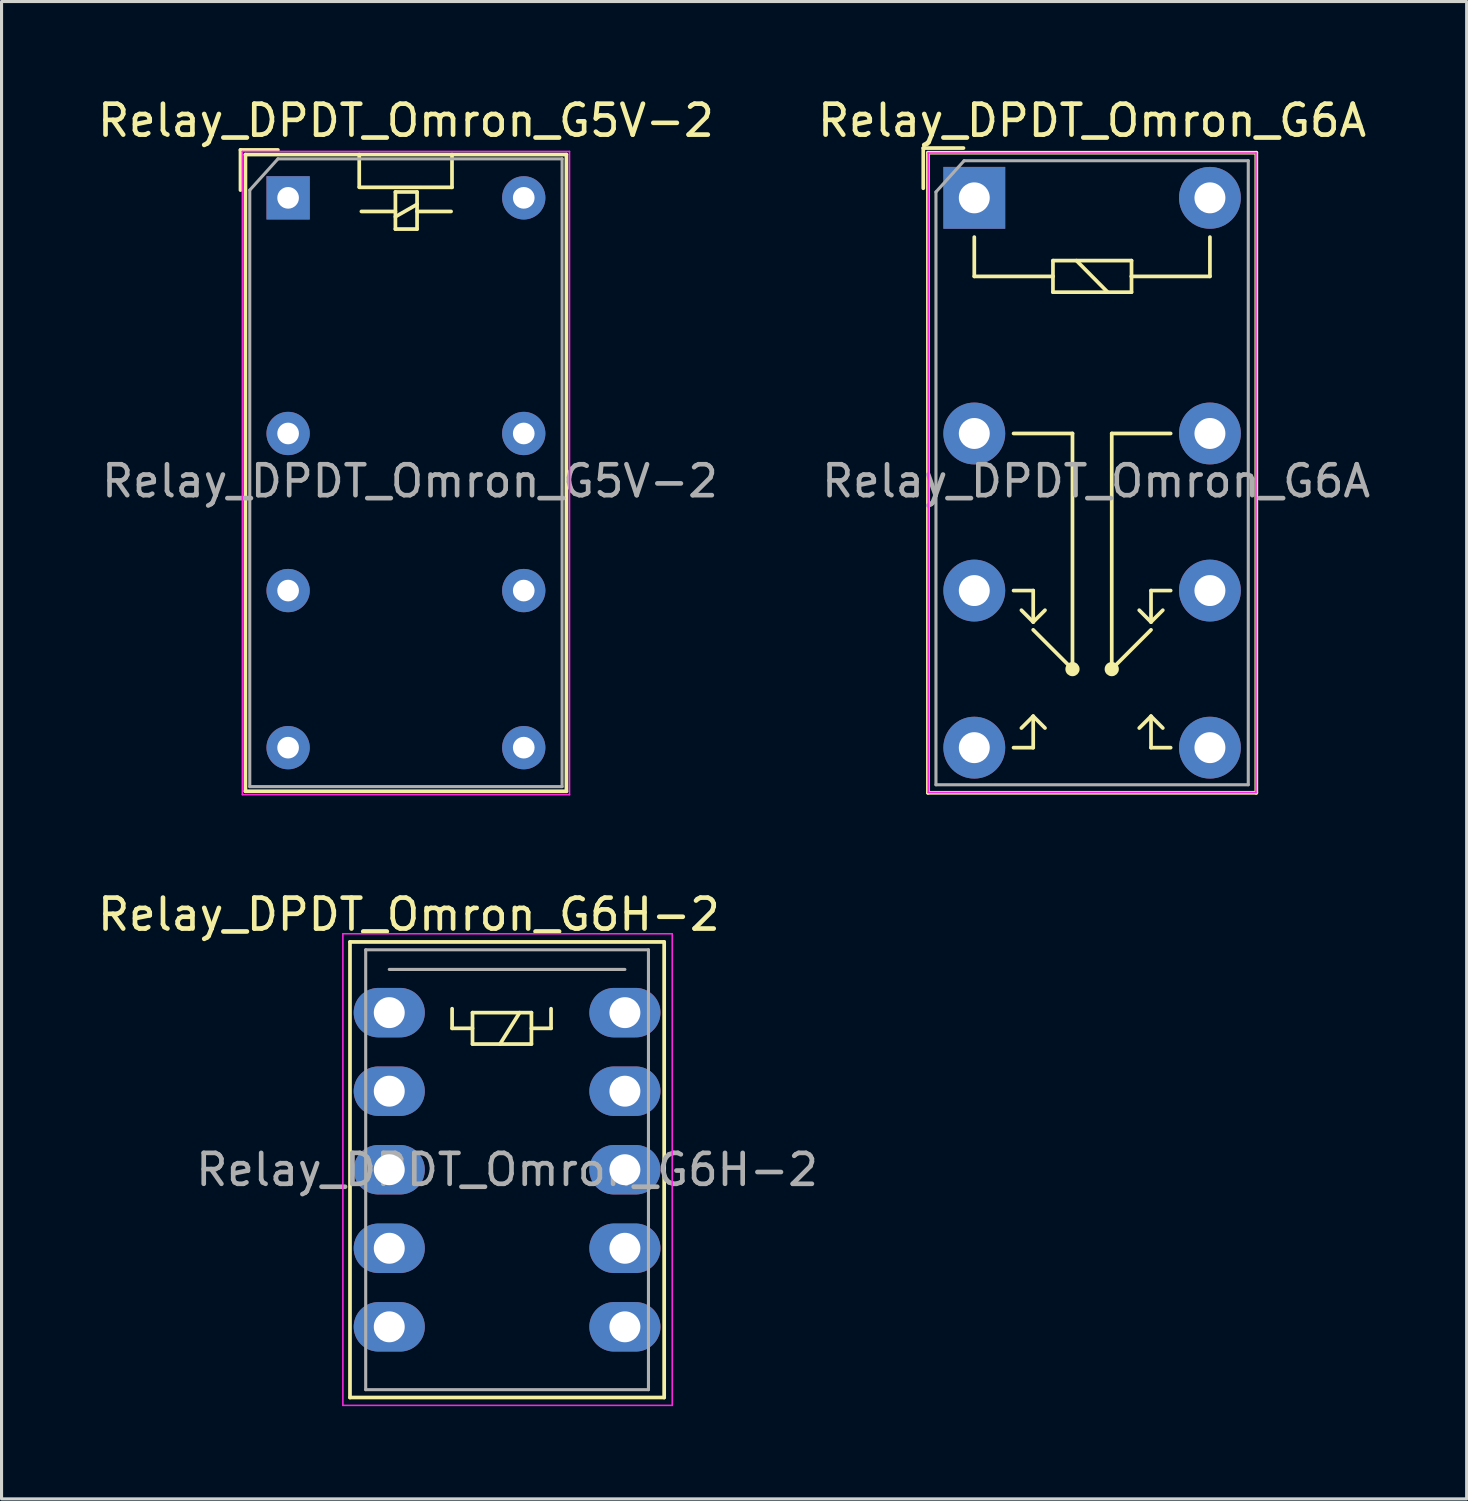
<source format=kicad_pcb>
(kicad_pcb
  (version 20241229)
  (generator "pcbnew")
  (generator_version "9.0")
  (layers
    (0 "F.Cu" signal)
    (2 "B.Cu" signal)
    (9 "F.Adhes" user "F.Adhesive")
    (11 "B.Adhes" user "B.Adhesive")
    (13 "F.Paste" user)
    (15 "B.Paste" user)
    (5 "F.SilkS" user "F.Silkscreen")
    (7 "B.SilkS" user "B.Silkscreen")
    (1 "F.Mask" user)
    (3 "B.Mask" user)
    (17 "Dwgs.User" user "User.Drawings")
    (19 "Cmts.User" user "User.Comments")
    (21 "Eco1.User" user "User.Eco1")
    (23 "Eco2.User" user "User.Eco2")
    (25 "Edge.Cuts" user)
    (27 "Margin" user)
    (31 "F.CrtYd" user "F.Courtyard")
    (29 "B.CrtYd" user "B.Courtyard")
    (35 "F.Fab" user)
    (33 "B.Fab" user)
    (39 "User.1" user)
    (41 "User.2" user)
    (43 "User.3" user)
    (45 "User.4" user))
  (footprint "Relay_DPDT_Omron_G5V-2"
    (layer "F.Cu")
    (at 6.267 3.348)
    (property "Reference" "Relay_DPDT_Omron_G5V-2" (at 3.81 -2.5 0) (layer "F.SilkS") (effects (font (size 1 1) (thickness 0.15))))
    (attr through_hole)
    (fp_line (start -1.54 -1.55) (end -0.33 -1.55) (stroke (width 0.12) (type solid)) (layer "F.SilkS"))
    (fp_line (start -1.54 -0.25) (end -1.54 -1.55) (stroke (width 0.12) (type solid)) (layer "F.SilkS"))
    (fp_line (start -1.38 -1.4) (end -1.38 19.19) (stroke (width 0.12) (type solid)) (layer "F.SilkS"))
    (fp_line (start -1.38 19.19) (end 9 19.19) (stroke (width 0.12) (type solid)) (layer "F.SilkS"))
    (fp_line (start 2.3 -1.4) (end 2.3 -0.36) (stroke (width 0.12) (type solid)) (layer "F.SilkS"))
    (fp_line (start 2.3 -0.34) (end 5.3 -0.34) (stroke (width 0.12) (type solid)) (layer "F.SilkS"))
    (fp_line (start 3.47 -0.19) (end 3.47 1.01) (stroke (width 0.12) (type solid)) (layer "F.SilkS"))
    (fp_line (start 3.47 0.44) (end 2.37 0.44) (stroke (width 0.12) (type solid)) (layer "F.SilkS"))
    (fp_line (start 3.47 0.61) (end 4.17 0.21) (stroke (width 0.12) (type solid)) (layer "F.SilkS"))
    (fp_line (start 3.47 1.01) (end 4.17 1.01) (stroke (width 0.12) (type solid)) (layer "F.SilkS"))
    (fp_line (start 4.17 -0.19) (end 3.47 -0.19) (stroke (width 0.12) (type solid)) (layer "F.SilkS"))
    (fp_line (start 4.17 0.44) (end 5.27 0.44) (stroke (width 0.12) (type solid)) (layer "F.SilkS"))
    (fp_line (start 4.17 1.01) (end 4.17 -0.19) (stroke (width 0.12) (type solid)) (layer "F.SilkS"))
    (fp_line (start 5.3 -0.34) (end 5.3 -1.4) (stroke (width 0.12) (type solid)) (layer "F.SilkS"))
    (fp_line (start 9 -1.4) (end -1.38 -1.4) (stroke (width 0.12) (type solid)) (layer "F.SilkS"))
    (fp_line (start 9 19.19) (end 9 -1.4) (stroke (width 0.12) (type solid)) (layer "F.SilkS"))
    (fp_line (start -1.48 -1.5) (end -1.48 19.3) (stroke (width 0.05) (type solid)) (layer "F.CrtYd"))
    (fp_line (start -1.48 -1.5) (end 9.1 -1.5) (stroke (width 0.05) (type solid)) (layer "F.CrtYd"))
    (fp_line (start 9.1 -1.5) (end 9.1 19.3) (stroke (width 0.05) (type solid)) (layer "F.CrtYd"))
    (fp_line (start 9.1 19.3) (end -1.48 19.3) (stroke (width 0.05) (type solid)) (layer "F.CrtYd"))
    (fp_line (start -1.24 -0.25) (end -1.24 19.04) (stroke (width 0.1) (type solid)) (layer "F.Fab"))
    (fp_line (start -1.24 -0.25) (end -0.33 -1.26) (stroke (width 0.1) (type solid)) (layer "F.Fab"))
    (fp_line (start -1.24 19.04) (end 8.86 19.04) (stroke (width 0.1) (type solid)) (layer "F.Fab"))
    (fp_line (start 8.86 -1.26) (end -0.33 -1.26) (stroke (width 0.1) (type solid)) (layer "F.Fab"))
    (fp_line (start 8.86 19.04) (end 8.86 -1.26) (stroke (width 0.1) (type solid)) (layer "F.Fab"))
    (fp_text user "${REFERENCE}" (at 3.94 9.16 0) (layer "F.Fab") (effects (font (size 1 1) (thickness 0.15))))
    (pad "1" thru_hole rect (at 0 0) (size 1.4 1.4) (drill 0.7) (layers "*.Cu" "*.Mask"))
    (pad "4" thru_hole circle (at 0 7.62) (size 1.4 1.4) (drill 0.7) (layers "*.Cu" "*.Mask"))
    (pad "6" thru_hole circle (at 0 12.7) (size 1.4 1.4) (drill 0.7) (layers "*.Cu" "*.Mask"))
    (pad "8" thru_hole circle (at 0 17.78) (size 1.4 1.4) (drill 0.7) (layers "*.Cu" "*.Mask"))
    (pad "9" thru_hole circle (at 7.62 17.78) (size 1.4 1.4) (drill 0.7) (layers "*.Cu" "*.Mask"))
    (pad "11" thru_hole circle (at 7.62 12.7) (size 1.4 1.4) (drill 0.7) (layers "*.Cu" "*.Mask"))
    (pad "13" thru_hole circle (at 7.62 7.62) (size 1.4 1.4) (drill 0.7) (layers "*.Cu" "*.Mask"))
    (pad "16" thru_hole circle (at 7.62 0) (size 1.4 1.4) (drill 0.7) (layers "*.Cu" "*.Mask")))
  (footprint "Relay_DPDT_Omron_G6A"
    (layer "F.Cu")
    (at 28.457 3.348)
    (property "Reference" "Relay_DPDT_Omron_G6A" (at 3.81 -2.5 0) (layer "F.SilkS") (effects (font (size 1 1) (thickness 0.15))))
    (attr through_hole)
    (fp_line (start -1.65 -1.61) (end -0.35 -1.61) (stroke (width 0.12) (type solid)) (layer "F.SilkS"))
    (fp_line (start -1.65 -0.31) (end -1.65 -1.61) (stroke (width 0.12) (type solid)) (layer "F.SilkS"))
    (fp_line (start -1.5 -1.46) (end -1.5 19.24) (stroke (width 0.12) (type solid)) (layer "F.SilkS"))
    (fp_line (start -1.5 19.24) (end 9.12 19.24) (stroke (width 0.12) (type solid)) (layer "F.SilkS"))
    (fp_line (start 0 1.27) (end 0 2.54) (stroke (width 0.12) (type solid)) (layer "F.SilkS"))
    (fp_line (start 0 2.54) (end 2.54 2.54) (stroke (width 0.12) (type solid)) (layer "F.SilkS"))
    (fp_line (start 1.27 7.62) (end 3.175 7.62) (stroke (width 0.12) (type solid)) (layer "F.SilkS"))
    (fp_line (start 1.27 12.7) (end 1.905 12.7) (stroke (width 0.12) (type solid)) (layer "F.SilkS"))
    (fp_line (start 1.27 17.78) (end 1.905 17.78) (stroke (width 0.12) (type solid)) (layer "F.SilkS"))
    (fp_line (start 1.905 12.7) (end 1.905 13.716) (stroke (width 0.12) (type solid)) (layer "F.SilkS"))
    (fp_line (start 1.905 13.716) (end 1.524 13.335) (stroke (width 0.12) (type solid)) (layer "F.SilkS"))
    (fp_line (start 1.905 13.716) (end 2.286 13.335) (stroke (width 0.12) (type solid)) (layer "F.SilkS"))
    (fp_line (start 1.905 16.764) (end 1.524 17.145) (stroke (width 0.12) (type solid)) (layer "F.SilkS"))
    (fp_line (start 1.905 16.764) (end 1.905 17.78) (stroke (width 0.12) (type solid)) (layer "F.SilkS"))
    (fp_line (start 1.905 16.764) (end 2.286 17.145) (stroke (width 0.12) (type solid)) (layer "F.SilkS"))
    (fp_line (start 2.544 2.03) (end 5.084 2.03) (stroke (width 0.12) (type solid)) (layer "F.SilkS"))
    (fp_line (start 2.544 2.54) (end 2.544 2.03) (stroke (width 0.12) (type solid)) (layer "F.SilkS"))
    (fp_line (start 2.544 3.05) (end 2.544 2.54) (stroke (width 0.12) (type solid)) (layer "F.SilkS"))
    (fp_line (start 3.175 7.62) (end 3.175 15.24) (stroke (width 0.12) (type solid)) (layer "F.SilkS"))
    (fp_line (start 3.175 15.24) (end 1.905 13.97) (stroke (width 0.12) (type solid)) (layer "F.SilkS"))
    (fp_line (start 3.304 2.03) (end 4.314 3.05) (stroke (width 0.12) (type solid)) (layer "F.SilkS"))
    (fp_line (start 4.445 7.62) (end 4.445 15.24) (stroke (width 0.12) (type solid)) (layer "F.SilkS"))
    (fp_line (start 4.445 15.24) (end 5.715 13.97) (stroke (width 0.12) (type solid)) (layer "F.SilkS"))
    (fp_line (start 5.08 2.54) (end 7.62 2.54) (stroke (width 0.12) (type solid)) (layer "F.SilkS"))
    (fp_line (start 5.084 2.03) (end 5.084 2.54) (stroke (width 0.12) (type solid)) (layer "F.SilkS"))
    (fp_line (start 5.084 2.54) (end 5.084 3.05) (stroke (width 0.12) (type solid)) (layer "F.SilkS"))
    (fp_line (start 5.084 3.05) (end 2.544 3.05) (stroke (width 0.12) (type solid)) (layer "F.SilkS"))
    (fp_line (start 5.715 12.7) (end 5.715 13.716) (stroke (width 0.12) (type solid)) (layer "F.SilkS"))
    (fp_line (start 5.715 13.716) (end 5.334 13.335) (stroke (width 0.12) (type solid)) (layer "F.SilkS"))
    (fp_line (start 5.715 13.716) (end 6.096 13.335) (stroke (width 0.12) (type solid)) (layer "F.SilkS"))
    (fp_line (start 5.715 16.764) (end 5.334 17.145) (stroke (width 0.12) (type solid)) (layer "F.SilkS"))
    (fp_line (start 5.715 16.764) (end 5.715 17.78) (stroke (width 0.12) (type solid)) (layer "F.SilkS"))
    (fp_line (start 5.715 16.764) (end 6.096 17.145) (stroke (width 0.12) (type solid)) (layer "F.SilkS"))
    (fp_line (start 6.35 7.62) (end 4.445 7.62) (stroke (width 0.12) (type solid)) (layer "F.SilkS"))
    (fp_line (start 6.35 12.7) (end 5.715 12.7) (stroke (width 0.12) (type solid)) (layer "F.SilkS"))
    (fp_line (start 6.35 17.78) (end 5.715 17.78) (stroke (width 0.12) (type solid)) (layer "F.SilkS"))
    (fp_line (start 7.62 2.54) (end 7.62 1.27) (stroke (width 0.12) (type solid)) (layer "F.SilkS"))
    (fp_line (start 9.12 -1.46) (end -1.5 -1.46) (stroke (width 0.12) (type solid)) (layer "F.SilkS"))
    (fp_line (start 9.12 19.24) (end 9.12 -1.46) (stroke (width 0.12) (type solid)) (layer "F.SilkS"))
    (fp_circle (center 3.175 15.24) (end 3.045 15.24) (stroke (width 0.2) (type solid)) (fill no) (layer "F.SilkS"))
    (fp_circle (center 4.445 15.24) (end 4.575 15.24) (stroke (width 0.2) (type solid)) (fill no) (layer "F.SilkS"))
    (fp_line (start -1.49 -1.45) (end -1.49 19.23) (stroke (width 0.05) (type solid)) (layer "F.CrtYd"))
    (fp_line (start -1.49 -1.45) (end 9.11 -1.45) (stroke (width 0.05) (type solid)) (layer "F.CrtYd"))
    (fp_line (start 9.11 -1.45) (end 9.11 19.23) (stroke (width 0.05) (type solid)) (layer "F.CrtYd"))
    (fp_line (start 9.11 19.23) (end -1.49 19.23) (stroke (width 0.05) (type solid)) (layer "F.CrtYd"))
    (fp_line (start -1.24 -0.19) (end -1.24 18.98) (stroke (width 0.1) (type solid)) (layer "F.Fab"))
    (fp_line (start -1.24 -0.19) (end -0.33 -1.2) (stroke (width 0.1) (type solid)) (layer "F.Fab"))
    (fp_line (start -1.24 18.98) (end 8.86 18.98) (stroke (width 0.1) (type solid)) (layer "F.Fab"))
    (fp_line (start 8.86 -1.2) (end -0.33 -1.2) (stroke (width 0.1) (type solid)) (layer "F.Fab"))
    (fp_line (start 8.86 18.98) (end 8.86 -1.2) (stroke (width 0.1) (type solid)) (layer "F.Fab"))
    (fp_text user "${REFERENCE}" (at 3.94 9.16 0) (layer "F.Fab") (effects (font (size 1 1) (thickness 0.15))))
    (pad "1" thru_hole rect (at 0 0) (size 2 2) (drill 1) (layers "*.Cu" "*.Mask"))
    (pad "4" thru_hole circle (at 0 7.62) (size 2 2) (drill 1) (layers "*.Cu" "*.Mask"))
    (pad "6" thru_hole circle (at 0 12.7) (size 2 2) (drill 1) (layers "*.Cu" "*.Mask"))
    (pad "8" thru_hole circle (at 0 17.78) (size 2 2) (drill 1) (layers "*.Cu" "*.Mask"))
    (pad "9" thru_hole circle (at 7.62 17.78) (size 2 2) (drill 1) (layers "*.Cu" "*.Mask"))
    (pad "11" thru_hole circle (at 7.62 12.7) (size 2 2) (drill 1) (layers "*.Cu" "*.Mask"))
    (pad "13" thru_hole circle (at 7.62 7.62) (size 2 2) (drill 1) (layers "*.Cu" "*.Mask"))
    (pad "16" thru_hole circle (at 7.62 0) (size 2 2) (drill 1) (layers "*.Cu" "*.Mask")))
  (footprint "Relay_DPDT_Omron_G6H-2"
    (layer "F.Cu")
    (at 9.538 29.697)
    (property "Reference" "Relay_DPDT_Omron_G6H-2" (at 0.635 -3.175 0) (layer "F.SilkS") (effects (font (size 1 1) (thickness 0.15))))
    (attr through_hole)
    (fp_line (start -1.27 -2.286) (end 8.89 -2.286) (stroke (width 0.12) (type solid)) (layer "F.SilkS"))
    (fp_line (start -1.27 12.446) (end -1.27 -2.286) (stroke (width 0.12) (type solid)) (layer "F.SilkS"))
    (fp_line (start 2.032 -0.127) (end 2.032 0.508) (stroke (width 0.12) (type solid)) (layer "F.SilkS"))
    (fp_line (start 2.032 0.508) (end 2.692 0.508) (stroke (width 0.12) (type solid)) (layer "F.SilkS"))
    (fp_line (start 2.692 0) (end 2.692 1.016) (stroke (width 0.12) (type solid)) (layer "F.SilkS"))
    (fp_line (start 2.692 1.016) (end 4.597 1.016) (stroke (width 0.12) (type solid)) (layer "F.SilkS"))
    (fp_line (start 4.216 0) (end 3.581 1.016) (stroke (width 0.12) (type solid)) (layer "F.SilkS"))
    (fp_line (start 4.597 0) (end 2.692 0) (stroke (width 0.12) (type solid)) (layer "F.SilkS"))
    (fp_line (start 4.597 0) (end 4.597 1.016) (stroke (width 0.12) (type solid)) (layer "F.SilkS"))
    (fp_line (start 5.232 -0.127) (end 5.232 0.508) (stroke (width 0.12) (type solid)) (layer "F.SilkS"))
    (fp_line (start 5.232 0.508) (end 4.597 0.508) (stroke (width 0.12) (type solid)) (layer "F.SilkS"))
    (fp_line (start 8.89 -2.286) (end 8.89 12.446) (stroke (width 0.12) (type solid)) (layer "F.SilkS"))
    (fp_line (start 8.89 12.446) (end -1.27 12.446) (stroke (width 0.12) (type solid)) (layer "F.SilkS"))
    (fp_line (start -1.5 -2.55) (end 9.15 -2.55) (stroke (width 0.05) (type solid)) (layer "F.CrtYd"))
    (fp_line (start -1.5 12.7) (end -1.5 -2.55) (stroke (width 0.05) (type solid)) (layer "F.CrtYd"))
    (fp_line (start 9.15 -2.55) (end 9.15 12.7) (stroke (width 0.05) (type solid)) (layer "F.CrtYd"))
    (fp_line (start 9.15 12.7) (end -1.5 12.7) (stroke (width 0.05) (type solid)) (layer "F.CrtYd"))
    (fp_line (start -0.762 -2.032) (end 8.382 -2.032) (stroke (width 0.1) (type solid)) (layer "F.Fab"))
    (fp_line (start -0.762 12.192) (end -0.762 -2.032) (stroke (width 0.1) (type solid)) (layer "F.Fab"))
    (fp_line (start 0 -1.397) (end 7.62 -1.397) (stroke (width 0.1) (type solid)) (layer "F.Fab"))
    (fp_line (start 8.382 -2.032) (end 8.382 12.192) (stroke (width 0.1) (type solid)) (layer "F.Fab"))
    (fp_line (start 8.382 12.192) (end -0.762 12.192) (stroke (width 0.1) (type solid)) (layer "F.Fab"))
    (fp_text user "${REFERENCE}" (at 3.81 5.08 0) (layer "F.Fab") (effects (font (size 1 1) (thickness 0.15))))
    (pad "1" thru_hole oval (at 0 0) (size 2.3 1.6) (drill 1) (layers "*.Cu" "*.Mask"))
    (pad "2" thru_hole oval (at 0 2.54) (size 2.3 1.6) (drill 1) (layers "*.Cu" "*.Mask"))
    (pad "3" thru_hole oval (at 0 5.08) (size 2.3 1.6) (drill 1) (layers "*.Cu" "*.Mask"))
    (pad "4" thru_hole oval (at 0 7.62) (size 2.3 1.6) (drill 1) (layers "*.Cu" "*.Mask"))
    (pad "5" thru_hole oval (at 0 10.16) (size 2.3 1.6) (drill 1) (layers "*.Cu" "*.Mask"))
    (pad "6" thru_hole oval (at 7.62 10.16) (size 2.3 1.6) (drill 1) (layers "*.Cu" "*.Mask"))
    (pad "7" thru_hole oval (at 7.62 7.62) (size 2.3 1.6) (drill 1) (layers "*.Cu" "*.Mask"))
    (pad "8" thru_hole oval (at 7.62 5.08) (size 2.3 1.6) (drill 1) (layers "*.Cu" "*.Mask"))
    (pad "9" thru_hole oval (at 7.62 2.54) (size 2.3 1.6) (drill 1) (layers "*.Cu" "*.Mask"))
    (pad "10" thru_hole oval (at 7.62 0) (size 2.3 1.6) (drill 1) (layers "*.Cu" "*.Mask")))
  (gr_rect
    (start -3 -3)
    (end 44.379 45.422)
    (stroke (width 0.1) (type default))
    (fill no)
    (layer "Edge.Cuts")))
</source>
